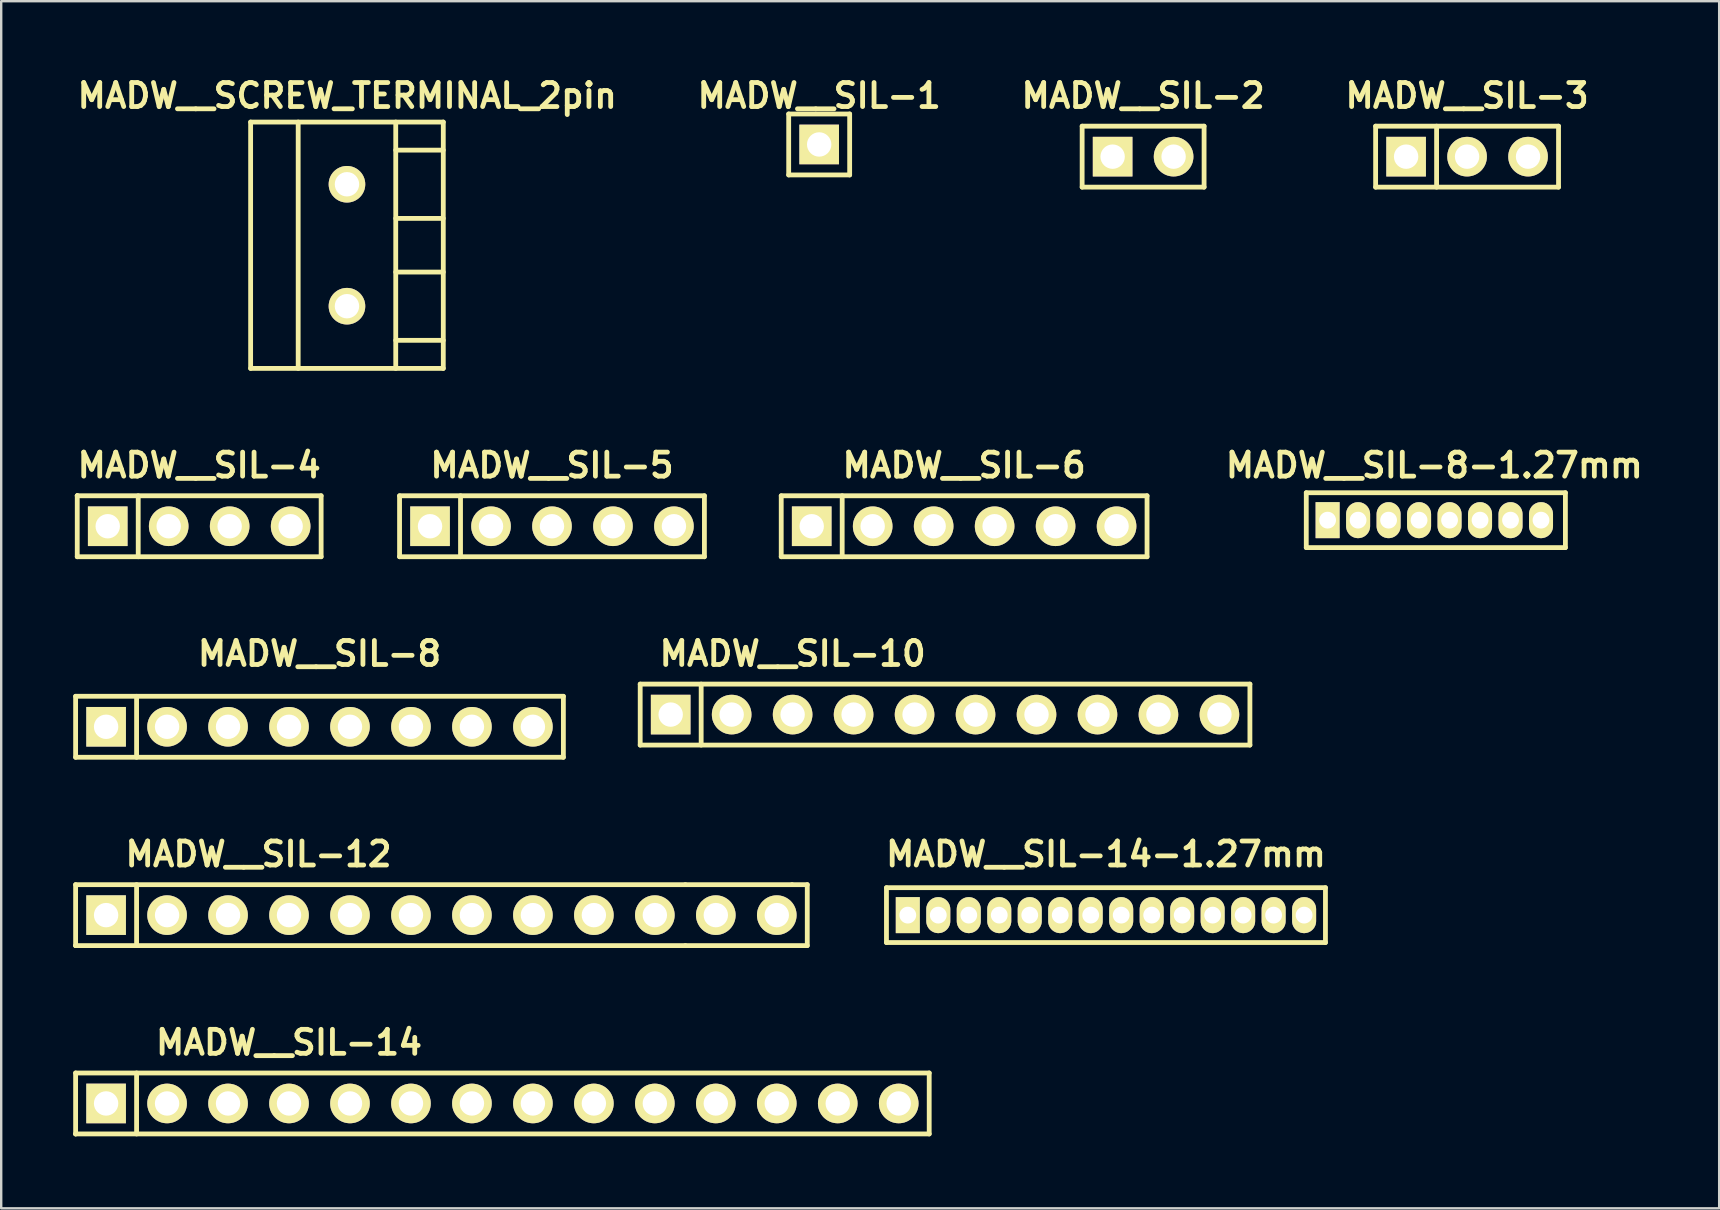
<source format=kicad_pcb>
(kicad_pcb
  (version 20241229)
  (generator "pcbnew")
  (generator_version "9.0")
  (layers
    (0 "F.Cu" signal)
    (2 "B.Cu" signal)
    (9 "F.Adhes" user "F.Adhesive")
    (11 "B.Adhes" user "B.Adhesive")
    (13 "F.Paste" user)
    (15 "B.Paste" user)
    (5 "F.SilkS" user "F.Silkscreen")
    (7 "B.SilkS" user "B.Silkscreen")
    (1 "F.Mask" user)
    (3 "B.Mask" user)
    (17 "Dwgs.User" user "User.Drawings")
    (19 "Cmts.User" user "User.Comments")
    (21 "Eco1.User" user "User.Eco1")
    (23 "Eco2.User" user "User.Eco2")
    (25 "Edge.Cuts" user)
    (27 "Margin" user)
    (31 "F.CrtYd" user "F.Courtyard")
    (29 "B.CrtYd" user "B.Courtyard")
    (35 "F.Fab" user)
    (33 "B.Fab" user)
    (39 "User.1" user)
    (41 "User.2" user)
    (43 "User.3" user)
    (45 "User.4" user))
  (footprint "MADW__SIL-3"
    (layer "F.Cu")
    (at 58.067 3.476)
    (property "Reference" "MADW__SIL-3" (at 0 -2.54 0) (layer "F.SilkS") (effects (font (size 1 1) (thickness 0.2))))
    (attr through_hole)
    (fp_line (start -3.81 -1.27) (end 3.81 -1.27) (stroke (width 0.2) (type solid)) (layer "F.SilkS"))
    (fp_line (start -3.81 1.27) (end -3.81 -1.27) (stroke (width 0.2) (type solid)) (layer "F.SilkS"))
    (fp_line (start -1.27 -1.27) (end -1.27 1.27) (stroke (width 0.2) (type solid)) (layer "F.SilkS"))
    (fp_line (start 3.81 -1.27) (end 3.81 1.27) (stroke (width 0.2) (type solid)) (layer "F.SilkS"))
    (fp_line (start 3.81 1.27) (end -3.81 1.27) (stroke (width 0.2) (type solid)) (layer "F.SilkS"))
    (pad "1" thru_hole rect (at -2.54 0) (size 1.65 1.65) (drill 1.016) (layers "*.Cu" "*.Mask" "F.SilkS"))
    (pad "2" thru_hole circle (at 0 0) (size 1.65 1.65) (drill 1.016) (layers "*.Cu" "*.Mask" "F.SilkS"))
    (pad "3" thru_hole circle (at 2.54 0) (size 1.65 1.65) (drill 1.016) (layers "*.Cu" "*.Mask" "F.SilkS")))
  (footprint "MADW__SIL-5"
    (layer "F.Cu")
    (at 19.945 18.873)
    (property "Reference" "MADW__SIL-5" (at 0 -2.54 0) (layer "F.SilkS") (effects (font (size 1 1) (thickness 0.2))))
    (attr through_hole)
    (fp_line (start -6.35 -1.27) (end 6.35 -1.27) (stroke (width 0.2) (type solid)) (layer "F.SilkS"))
    (fp_line (start -6.35 1.27) (end -6.35 -1.27) (stroke (width 0.2) (type solid)) (layer "F.SilkS"))
    (fp_line (start -3.81 1.27) (end -3.81 -1.27) (stroke (width 0.2) (type solid)) (layer "F.SilkS"))
    (fp_line (start 6.35 -1.27) (end 6.35 1.27) (stroke (width 0.2) (type solid)) (layer "F.SilkS"))
    (fp_line (start 6.35 1.27) (end -6.35 1.27) (stroke (width 0.2) (type solid)) (layer "F.SilkS"))
    (pad "1" thru_hole rect (at -5.08 0) (size 1.65 1.65) (drill 1.016) (layers "*.Cu" "*.Mask" "F.SilkS"))
    (pad "2" thru_hole circle (at -2.54 0) (size 1.65 1.65) (drill 1.016) (layers "*.Cu" "*.Mask" "F.SilkS"))
    (pad "3" thru_hole circle (at 0 0) (size 1.65 1.65) (drill 1.016) (layers "*.Cu" "*.Mask" "F.SilkS"))
    (pad "4" thru_hole circle (at 2.54 0) (size 1.65 1.65) (drill 1.016) (layers "*.Cu" "*.Mask" "F.SilkS"))
    (pad "5" thru_hole circle (at 5.08 0) (size 1.65 1.65) (drill 1.016) (layers "*.Cu" "*.Mask" "F.SilkS")))
  (footprint "MADW__SIL-8"
    (layer "F.Cu")
    (at 10.26 27.227)
    (property "Reference" "MADW__SIL-8" (at 0 -3.048 0) (layer "F.SilkS") (effects (font (size 1 1) (thickness 0.2))))
    (attr through_hole)
    (fp_line (start -10.16 -1.27) (end 10.16 -1.27) (stroke (width 0.2) (type solid)) (layer "F.SilkS"))
    (fp_line (start -10.16 1.27) (end -10.16 -1.27) (stroke (width 0.2) (type solid)) (layer "F.SilkS"))
    (fp_line (start -10.16 1.27) (end 10.16 1.27) (stroke (width 0.2) (type solid)) (layer "F.SilkS"))
    (fp_line (start -7.62 -1.27) (end -7.62 1.27) (stroke (width 0.2) (type solid)) (layer "F.SilkS"))
    (fp_line (start 10.16 -1.27) (end 10.16 1.27) (stroke (width 0.2) (type solid)) (layer "F.SilkS"))
    (pad "1" thru_hole rect (at -8.89 0) (size 1.65 1.65) (drill 1.016) (layers "*.Cu" "*.Mask" "F.SilkS"))
    (pad "2" thru_hole circle (at -6.35 0) (size 1.65 1.65) (drill 1.016) (layers "*.Cu" "*.Mask" "F.SilkS"))
    (pad "3" thru_hole circle (at -3.81 0) (size 1.65 1.65) (drill 1.016) (layers "*.Cu" "*.Mask" "F.SilkS"))
    (pad "4" thru_hole circle (at -1.27 0) (size 1.65 1.65) (drill 1.016) (layers "*.Cu" "*.Mask" "F.SilkS"))
    (pad "5" thru_hole circle (at 1.27 0) (size 1.65 1.65) (drill 1.016) (layers "*.Cu" "*.Mask" "F.SilkS"))
    (pad "6" thru_hole circle (at 3.81 0) (size 1.65 1.65) (drill 1.016) (layers "*.Cu" "*.Mask" "F.SilkS"))
    (pad "7" thru_hole circle (at 6.35 0) (size 1.65 1.65) (drill 1.016) (layers "*.Cu" "*.Mask" "F.SilkS"))
    (pad "8" thru_hole circle (at 8.89 0) (size 1.65 1.65) (drill 1.016) (layers "*.Cu" "*.Mask" "F.SilkS")))
  (footprint "MADW__SIL-12"
    (layer "F.Cu")
    (at 15.34 35.073)
    (property "Reference" "MADW__SIL-12" (at -7.62 -2.54 0) (layer "F.SilkS") (effects (font (size 1 1) (thickness 0.2))))
    (attr through_hole)
    (fp_line (start -15.24 -1.27) (end 10.16 -1.27) (stroke (width 0.2) (type solid)) (layer "F.SilkS"))
    (fp_line (start -15.24 1.27) (end -15.24 -1.27) (stroke (width 0.2) (type solid)) (layer "F.SilkS"))
    (fp_line (start -15.24 1.27) (end -15.24 1.27) (stroke (width 0.2) (type solid)) (layer "F.SilkS"))
    (fp_line (start -12.7 1.27) (end -12.7 -1.27) (stroke (width 0.2) (type solid)) (layer "F.SilkS"))
    (fp_line (start 10.16 -1.27) (end 14.605 -1.27) (stroke (width 0.2) (type solid)) (layer "F.SilkS"))
    (fp_line (start 10.16 1.27) (end -15.24 1.27) (stroke (width 0.2) (type solid)) (layer "F.SilkS"))
    (fp_line (start 14.605 -1.27) (end 15.24 -1.27) (stroke (width 0.2) (type solid)) (layer "F.SilkS"))
    (fp_line (start 15.24 -1.27) (end 15.24 1.27) (stroke (width 0.2) (type solid)) (layer "F.SilkS"))
    (fp_line (start 15.24 1.27) (end 10.16 1.27) (stroke (width 0.2) (type solid)) (layer "F.SilkS"))
    (pad "1" thru_hole rect (at -13.97 0) (size 1.65 1.65) (drill 1.016) (layers "*.Cu" "*.Mask" "F.SilkS"))
    (pad "2" thru_hole circle (at -11.43 0) (size 1.65 1.65) (drill 1.016) (layers "*.Cu" "*.Mask" "F.SilkS"))
    (pad "3" thru_hole circle (at -8.89 0) (size 1.65 1.65) (drill 1.016) (layers "*.Cu" "*.Mask" "F.SilkS"))
    (pad "4" thru_hole circle (at -6.35 0) (size 1.65 1.65) (drill 1.016) (layers "*.Cu" "*.Mask" "F.SilkS"))
    (pad "5" thru_hole circle (at -3.81 0) (size 1.65 1.65) (drill 1.016) (layers "*.Cu" "*.Mask" "F.SilkS"))
    (pad "6" thru_hole circle (at -1.27 0) (size 1.65 1.65) (drill 1.016) (layers "*.Cu" "*.Mask" "F.SilkS"))
    (pad "7" thru_hole circle (at 1.27 0) (size 1.65 1.65) (drill 1.016) (layers "*.Cu" "*.Mask" "F.SilkS"))
    (pad "8" thru_hole circle (at 3.81 0) (size 1.65 1.65) (drill 1.016) (layers "*.Cu" "*.Mask" "F.SilkS"))
    (pad "9" thru_hole circle (at 6.35 0) (size 1.65 1.65) (drill 1.016) (layers "*.Cu" "*.Mask" "F.SilkS"))
    (pad "10" thru_hole circle (at 8.89 0) (size 1.65 1.65) (drill 1.016) (layers "*.Cu" "*.Mask" "F.SilkS"))
    (pad "11" thru_hole circle (at 11.43 0) (size 1.65 1.65) (drill 1.016) (layers "*.Cu" "*.Mask" "F.SilkS"))
    (pad "12" thru_hole circle (at 13.97 0) (size 1.65 1.65) (drill 1.016) (layers "*.Cu" "*.Mask" "F.SilkS")))
  (footprint "MADW__SIL-1"
    (layer "F.Cu")
    (at 31.076 2.968)
    (property "Reference" "MADW__SIL-1" (at 0 -2.032 0) (layer "F.SilkS") (effects (font (size 1 1) (thickness 0.2))))
    (attr through_hole)
    (fp_line (start -1.27 -1.27) (end 1.27 -1.27) (stroke (width 0.2) (type solid)) (layer "F.SilkS"))
    (fp_line (start -1.27 1.27) (end -1.27 -1.27) (stroke (width 0.2) (type solid)) (layer "F.SilkS"))
    (fp_line (start -1.27 1.27) (end 1.27 1.27) (stroke (width 0.2) (type solid)) (layer "F.SilkS"))
    (fp_line (start 1.27 -1.27) (end 1.27 1.27) (stroke (width 0.2) (type solid)) (layer "F.SilkS"))
    (pad "1" thru_hole rect (at 0 0) (size 1.65 1.65) (drill 1.016) (layers "*.Cu" "*.Mask" "F.SilkS")))
  (footprint "MADW__SIL-6"
    (layer "F.Cu")
    (at 37.115 18.873)
    (property "Reference" "MADW__SIL-6" (at 0 -2.54 0) (layer "F.SilkS") (effects (font (size 1 1) (thickness 0.2))))
    (attr through_hole)
    (fp_line (start -7.62 -1.27) (end 7.62 -1.27) (stroke (width 0.2) (type solid)) (layer "F.SilkS"))
    (fp_line (start -7.62 1.27) (end -7.62 -1.27) (stroke (width 0.2) (type solid)) (layer "F.SilkS"))
    (fp_line (start -5.08 1.27) (end -5.08 -1.27) (stroke (width 0.2) (type solid)) (layer "F.SilkS"))
    (fp_line (start 7.62 -1.27) (end 7.62 1.27) (stroke (width 0.2) (type solid)) (layer "F.SilkS"))
    (fp_line (start 7.62 1.27) (end -7.62 1.27) (stroke (width 0.2) (type solid)) (layer "F.SilkS"))
    (pad "1" thru_hole rect (at -6.35 0) (size 1.65 1.65) (drill 1.016) (layers "*.Cu" "*.Mask" "F.SilkS"))
    (pad "2" thru_hole circle (at -3.81 0) (size 1.65 1.65) (drill 1.016) (layers "*.Cu" "*.Mask" "F.SilkS"))
    (pad "3" thru_hole circle (at -1.27 0) (size 1.65 1.65) (drill 1.016) (layers "*.Cu" "*.Mask" "F.SilkS"))
    (pad "4" thru_hole circle (at 1.27 0) (size 1.65 1.65) (drill 1.016) (layers "*.Cu" "*.Mask" "F.SilkS"))
    (pad "5" thru_hole circle (at 3.81 0) (size 1.65 1.65) (drill 1.016) (layers "*.Cu" "*.Mask" "F.SilkS"))
    (pad "6" thru_hole circle (at 6.35 0) (size 1.65 1.65) (drill 1.016) (layers "*.Cu" "*.Mask" "F.SilkS")))
  (footprint "MADW__SIL-14"
    (layer "F.Cu")
    (at 17.88 42.919)
    (property "Reference" "MADW__SIL-14" (at -8.89 -2.54 0) (layer "F.SilkS") (effects (font (size 1 1) (thickness 0.2))))
    (attr through_hole)
    (fp_line (start -17.78 -1.27) (end 17.78 -1.27) (stroke (width 0.2) (type solid)) (layer "F.SilkS"))
    (fp_line (start -17.78 1.27) (end -17.78 -1.27) (stroke (width 0.2) (type solid)) (layer "F.SilkS"))
    (fp_line (start -17.78 1.27) (end -17.78 1.27) (stroke (width 0.2) (type solid)) (layer "F.SilkS"))
    (fp_line (start -15.24 1.27) (end -15.24 -1.27) (stroke (width 0.2) (type solid)) (layer "F.SilkS"))
    (fp_line (start 17.78 -1.27) (end 17.78 1.27) (stroke (width 0.2) (type solid)) (layer "F.SilkS"))
    (fp_line (start 17.78 1.27) (end -17.78 1.27) (stroke (width 0.2) (type solid)) (layer "F.SilkS"))
    (pad "1" thru_hole rect (at -16.51 0) (size 1.65 1.65) (drill 1.016) (layers "*.Cu" "*.Mask" "F.SilkS"))
    (pad "2" thru_hole circle (at -13.97 0) (size 1.65 1.65) (drill 1.016) (layers "*.Cu" "*.Mask" "F.SilkS"))
    (pad "3" thru_hole circle (at -11.43 0) (size 1.65 1.65) (drill 1.016) (layers "*.Cu" "*.Mask" "F.SilkS"))
    (pad "4" thru_hole circle (at -8.89 0) (size 1.65 1.65) (drill 1.016) (layers "*.Cu" "*.Mask" "F.SilkS"))
    (pad "5" thru_hole circle (at -6.35 0) (size 1.65 1.65) (drill 1.016) (layers "*.Cu" "*.Mask" "F.SilkS"))
    (pad "6" thru_hole circle (at -3.81 0) (size 1.65 1.65) (drill 1.016) (layers "*.Cu" "*.Mask" "F.SilkS"))
    (pad "7" thru_hole circle (at -1.27 0) (size 1.65 1.65) (drill 1.016) (layers "*.Cu" "*.Mask" "F.SilkS"))
    (pad "8" thru_hole circle (at 1.27 0) (size 1.65 1.65) (drill 1.016) (layers "*.Cu" "*.Mask" "F.SilkS"))
    (pad "9" thru_hole circle (at 3.81 0) (size 1.65 1.65) (drill 1.016) (layers "*.Cu" "*.Mask" "F.SilkS"))
    (pad "10" thru_hole circle (at 6.35 0) (size 1.65 1.65) (drill 1.016) (layers "*.Cu" "*.Mask" "F.SilkS"))
    (pad "11" thru_hole circle (at 8.89 0) (size 1.65 1.65) (drill 1.016) (layers "*.Cu" "*.Mask" "F.SilkS"))
    (pad "12" thru_hole circle (at 11.43 0) (size 1.65 1.65) (drill 1.016) (layers "*.Cu" "*.Mask" "F.SilkS"))
    (pad "13" thru_hole circle (at 13.97 0) (size 1.65 1.65) (drill 1.016) (layers "*.Cu" "*.Mask" "F.SilkS"))
    (pad "14" thru_hole circle (at 16.51 0) (size 1.65 1.65) (drill 1.016) (layers "*.Cu" "*.Mask" "F.SilkS")))
  (footprint "MADW__SIL-2"
    (layer "F.Cu")
    (at 44.571 3.476)
    (property "Reference" "MADW__SIL-2" (at 0 -2.54 0) (layer "F.SilkS") (effects (font (size 1 1) (thickness 0.2))))
    (attr through_hole)
    (fp_line (start -2.54 -1.27) (end 2.54 -1.27) (stroke (width 0.2) (type solid)) (layer "F.SilkS"))
    (fp_line (start -2.54 1.27) (end -2.54 -1.27) (stroke (width 0.2) (type solid)) (layer "F.SilkS"))
    (fp_line (start 2.54 -1.27) (end 2.54 1.27) (stroke (width 0.2) (type solid)) (layer "F.SilkS"))
    (fp_line (start 2.54 1.27) (end -2.54 1.27) (stroke (width 0.2) (type solid)) (layer "F.SilkS"))
    (pad "1" thru_hole rect (at -1.27 0) (size 1.65 1.65) (drill 1.016) (layers "*.Cu" "*.Mask" "F.SilkS"))
    (pad "2" thru_hole circle (at 1.27 0) (size 1.65 1.65) (drill 1.016) (layers "*.Cu" "*.Mask" "F.SilkS")))
  (footprint "MADW__SIL-10"
    (layer "F.Cu")
    (at 36.32 26.719)
    (property "Reference" "MADW__SIL-10" (at -6.35 -2.54 0) (layer "F.SilkS") (effects (font (size 1 1) (thickness 0.2))))
    (attr through_hole)
    (fp_line (start -12.7 -1.27) (end 12.7 -1.27) (stroke (width 0.2) (type solid)) (layer "F.SilkS"))
    (fp_line (start -12.7 1.27) (end -12.7 -1.27) (stroke (width 0.2) (type solid)) (layer "F.SilkS"))
    (fp_line (start -10.16 1.27) (end -10.16 -1.27) (stroke (width 0.2) (type solid)) (layer "F.SilkS"))
    (fp_line (start 12.7 -1.27) (end 12.7 1.27) (stroke (width 0.2) (type solid)) (layer "F.SilkS"))
    (fp_line (start 12.7 1.27) (end -12.7 1.27) (stroke (width 0.2) (type solid)) (layer "F.SilkS"))
    (pad "1" thru_hole rect (at -11.43 0) (size 1.65 1.65) (drill 1.016) (layers "*.Cu" "*.Mask" "F.SilkS"))
    (pad "2" thru_hole circle (at -8.89 0) (size 1.65 1.65) (drill 1.016) (layers "*.Cu" "*.Mask" "F.SilkS"))
    (pad "3" thru_hole circle (at -6.35 0) (size 1.65 1.65) (drill 1.016) (layers "*.Cu" "*.Mask" "F.SilkS"))
    (pad "4" thru_hole circle (at -3.81 0) (size 1.65 1.65) (drill 1.016) (layers "*.Cu" "*.Mask" "F.SilkS"))
    (pad "5" thru_hole circle (at -1.27 0) (size 1.65 1.65) (drill 1.016) (layers "*.Cu" "*.Mask" "F.SilkS"))
    (pad "6" thru_hole circle (at 1.27 0) (size 1.65 1.65) (drill 1.016) (layers "*.Cu" "*.Mask" "F.SilkS"))
    (pad "7" thru_hole circle (at 3.81 0) (size 1.65 1.65) (drill 1.016) (layers "*.Cu" "*.Mask" "F.SilkS"))
    (pad "8" thru_hole circle (at 6.35 0) (size 1.65 1.65) (drill 1.016) (layers "*.Cu" "*.Mask" "F.SilkS"))
    (pad "9" thru_hole circle (at 8.89 0) (size 1.65 1.65) (drill 1.016) (layers "*.Cu" "*.Mask" "F.SilkS"))
    (pad "10" thru_hole circle (at 11.43 0) (size 1.65 1.65) (drill 1.016) (layers "*.Cu" "*.Mask" "F.SilkS")))
  (footprint "MADW__SIL-8-1.27mm"
    (layer "F.Cu")
    (at 56.702 18.619)
    (property "Reference" "MADW__SIL-8-1.27mm" (at 0 -2.286 0) (layer "F.SilkS") (effects (font (size 1 1) (thickness 0.2))))
    (attr through_hole)
    (fp_line (start -5.334 -1.143) (end 5.461 -1.143) (stroke (width 0.2) (type solid)) (layer "F.SilkS"))
    (fp_line (start -5.334 1.143) (end -5.334 -1.143) (stroke (width 0.2) (type solid)) (layer "F.SilkS"))
    (fp_line (start 5.461 -1.143) (end 5.461 1.143) (stroke (width 0.2) (type solid)) (layer "F.SilkS"))
    (fp_line (start 5.461 1.143) (end -5.334 1.143) (stroke (width 0.2) (type solid)) (layer "F.SilkS"))
    (pad "1" thru_hole rect (at -4.445 0) (size 1 1.5) (drill 0.7) (layers "*.Cu" "*.Mask" "F.SilkS"))
    (pad "2" thru_hole oval (at -3.175 0) (size 1 1.5) (drill 0.7) (layers "*.Cu" "*.Mask" "F.SilkS"))
    (pad "3" thru_hole oval (at -1.905 0) (size 1 1.5) (drill 0.7) (layers "*.Cu" "*.Mask" "F.SilkS"))
    (pad "4" thru_hole oval (at -0.635 0) (size 1 1.5) (drill 0.7) (layers "*.Cu" "*.Mask" "F.SilkS"))
    (pad "5" thru_hole oval (at 0.635 0) (size 1 1.5) (drill 0.7) (layers "*.Cu" "*.Mask" "F.SilkS"))
    (pad "6" thru_hole oval (at 1.905 0) (size 1 1.5) (drill 0.7) (layers "*.Cu" "*.Mask" "F.SilkS"))
    (pad "7" thru_hole oval (at 3.175 0) (size 1 1.5) (drill 0.7) (layers "*.Cu" "*.Mask" "F.SilkS"))
    (pad "8" thru_hole oval (at 4.445 0) (size 1 1.5) (drill 0.7) (layers "*.Cu" "*.Mask" "F.SilkS")))
  (footprint "MADW__SIL-14-1.27mm"
    (layer "F.Cu")
    (at 43.023 35.073)
    (property "Reference" "MADW__SIL-14-1.27mm" (at 0 -2.54 0) (layer "F.SilkS") (effects (font (size 1 1) (thickness 0.2))))
    (attr through_hole)
    (fp_line (start -9.144 -1.143) (end 9.144 -1.143) (stroke (width 0.2) (type solid)) (layer "F.SilkS"))
    (fp_line (start -9.144 1.143) (end -9.144 -1.143) (stroke (width 0.2) (type solid)) (layer "F.SilkS"))
    (fp_line (start 9.144 -1.143) (end 9.144 1.143) (stroke (width 0.2) (type solid)) (layer "F.SilkS"))
    (fp_line (start 9.144 1.143) (end -9.144 1.143) (stroke (width 0.2) (type solid)) (layer "F.SilkS"))
    (pad "1" thru_hole rect (at -8.255 0) (size 1 1.5) (drill 0.7) (layers "*.Cu" "*.Mask" "F.SilkS"))
    (pad "2" thru_hole oval (at -6.985 0) (size 1 1.5) (drill 0.7) (layers "*.Cu" "*.Mask" "F.SilkS"))
    (pad "3" thru_hole oval (at -5.715 0) (size 1 1.5) (drill 0.7) (layers "*.Cu" "*.Mask" "F.SilkS"))
    (pad "4" thru_hole oval (at -4.445 0) (size 1 1.5) (drill 0.7) (layers "*.Cu" "*.Mask" "F.SilkS"))
    (pad "5" thru_hole oval (at -3.175 0) (size 1 1.5) (drill 0.7) (layers "*.Cu" "*.Mask" "F.SilkS"))
    (pad "6" thru_hole oval (at -1.905 0) (size 1 1.5) (drill 0.7) (layers "*.Cu" "*.Mask" "F.SilkS"))
    (pad "7" thru_hole oval (at -0.635 0) (size 1 1.5) (drill 0.7) (layers "*.Cu" "*.Mask" "F.SilkS"))
    (pad "8" thru_hole oval (at 0.635 0) (size 1 1.5) (drill 0.7) (layers "*.Cu" "*.Mask" "F.SilkS"))
    (pad "9" thru_hole oval (at 1.905 0) (size 1 1.5) (drill 0.7) (layers "*.Cu" "*.Mask" "F.SilkS" "F.Paste"))
    (pad "10" thru_hole oval (at 3.175 0) (size 1 1.5) (drill 0.7) (layers "*.Cu" "*.Mask" "F.SilkS"))
    (pad "11" thru_hole oval (at 4.445 0) (size 1 1.5) (drill 0.7) (layers "*.Cu" "*.Mask" "F.SilkS"))
    (pad "12" thru_hole oval (at 5.715 0) (size 1 1.5) (drill 0.7) (layers "*.Cu" "*.Mask" "F.SilkS"))
    (pad "13" thru_hole oval (at 6.985 0) (size 1 1.5) (drill 0.7) (layers "*.Cu" "*.Mask" "F.SilkS"))
    (pad "14" thru_hole oval (at 8.255 0) (size 1 1.5) (drill 0.7) (layers "*.Cu" "*.Mask" "F.SilkS")))
  (footprint "MADW__SCREW_TERMINAL_2pin"
    (layer "F.Cu")
    (at 11.404 7.166)
    (property "Reference" "MADW__SCREW_TERMINAL_2pin" (at 0.01 -6.23 0) (layer "F.SilkS") (effects (font (size 1 1) (thickness 0.2))))
    (attr through_hole)
    (fp_line (start -4.013 -5.131) (end 4.013 -5.131) (stroke (width 0.2) (type solid)) (layer "F.SilkS"))
    (fp_line (start -4.013 5.131) (end -4.013 -5.131) (stroke (width 0.2) (type solid)) (layer "F.SilkS"))
    (fp_line (start -2.032 -5.131) (end -2.032 5.131) (stroke (width 0.2) (type solid)) (layer "F.SilkS"))
    (fp_line (start 2.032 -3.962) (end 4.013 -3.962) (stroke (width 0.2) (type solid)) (layer "F.SilkS"))
    (fp_line (start 2.032 -1.118) (end 4.013 -1.118) (stroke (width 0.2) (type solid)) (layer "F.SilkS"))
    (fp_line (start 2.032 1.118) (end 4.013 1.118) (stroke (width 0.2) (type solid)) (layer "F.SilkS"))
    (fp_line (start 2.032 3.962) (end 4.013 3.962) (stroke (width 0.2) (type solid)) (layer "F.SilkS"))
    (fp_line (start 2.032 5.131) (end 2.032 -5.131) (stroke (width 0.2) (type solid)) (layer "F.SilkS"))
    (fp_line (start 4.013 -5.131) (end 4.013 5.131) (stroke (width 0.2) (type solid)) (layer "F.SilkS"))
    (fp_line (start 4.013 5.131) (end -4.013 5.131) (stroke (width 0.2) (type solid)) (layer "F.SilkS"))
    (pad "1" thru_hole circle (at 0 -2.54) (size 1.524 1.524) (drill 1.016) (layers "*.Cu" "*.Mask" "F.SilkS"))
    (pad "2" thru_hole circle (at 0 2.54) (size 1.524 1.524) (drill 1.016) (layers "*.Cu" "*.Mask" "F.SilkS")))
  (footprint "MADW__SIL-4"
    (layer "F.Cu")
    (at 5.248 18.873)
    (property "Reference" "MADW__SIL-4" (at 0 -2.54 0) (layer "F.SilkS") (effects (font (size 1 1) (thickness 0.2))))
    (attr through_hole)
    (fp_line (start -5.08 -1.27) (end -5.08 -1.27) (stroke (width 0.2) (type solid)) (layer "F.SilkS"))
    (fp_line (start -5.08 -1.27) (end -5.08 -1.27) (stroke (width 0.2) (type solid)) (layer "F.SilkS"))
    (fp_line (start -5.08 -1.27) (end 5.08 -1.27) (stroke (width 0.2) (type solid)) (layer "F.SilkS"))
    (fp_line (start -5.08 1.27) (end -5.08 -1.27) (stroke (width 0.2) (type solid)) (layer "F.SilkS"))
    (fp_line (start -2.54 1.27) (end -2.54 -1.27) (stroke (width 0.2) (type solid)) (layer "F.SilkS"))
    (fp_line (start 5.08 -1.27) (end 5.08 1.27) (stroke (width 0.2) (type solid)) (layer "F.SilkS"))
    (fp_line (start 5.08 1.27) (end -5.08 1.27) (stroke (width 0.2) (type solid)) (layer "F.SilkS"))
    (pad "1" thru_hole rect (at -3.81 0) (size 1.65 1.65) (drill 1.016) (layers "*.Cu" "*.Mask" "F.SilkS"))
    (pad "2" thru_hole circle (at -1.27 0) (size 1.65 1.65) (drill 1.016) (layers "*.Cu" "*.Mask" "F.SilkS"))
    (pad "3" thru_hole circle (at 1.27 0) (size 1.65 1.65) (drill 1.016) (layers "*.Cu" "*.Mask" "F.SilkS"))
    (pad "4" thru_hole circle (at 3.81 0) (size 1.65 1.65) (drill 1.016) (layers "*.Cu" "*.Mask" "F.SilkS")))
  (gr_rect
    (start -3 -3)
    (end 68.569 47.289)
    (stroke (width 0.1) (type default))
    (fill no)
    (layer "Edge.Cuts")))
</source>
